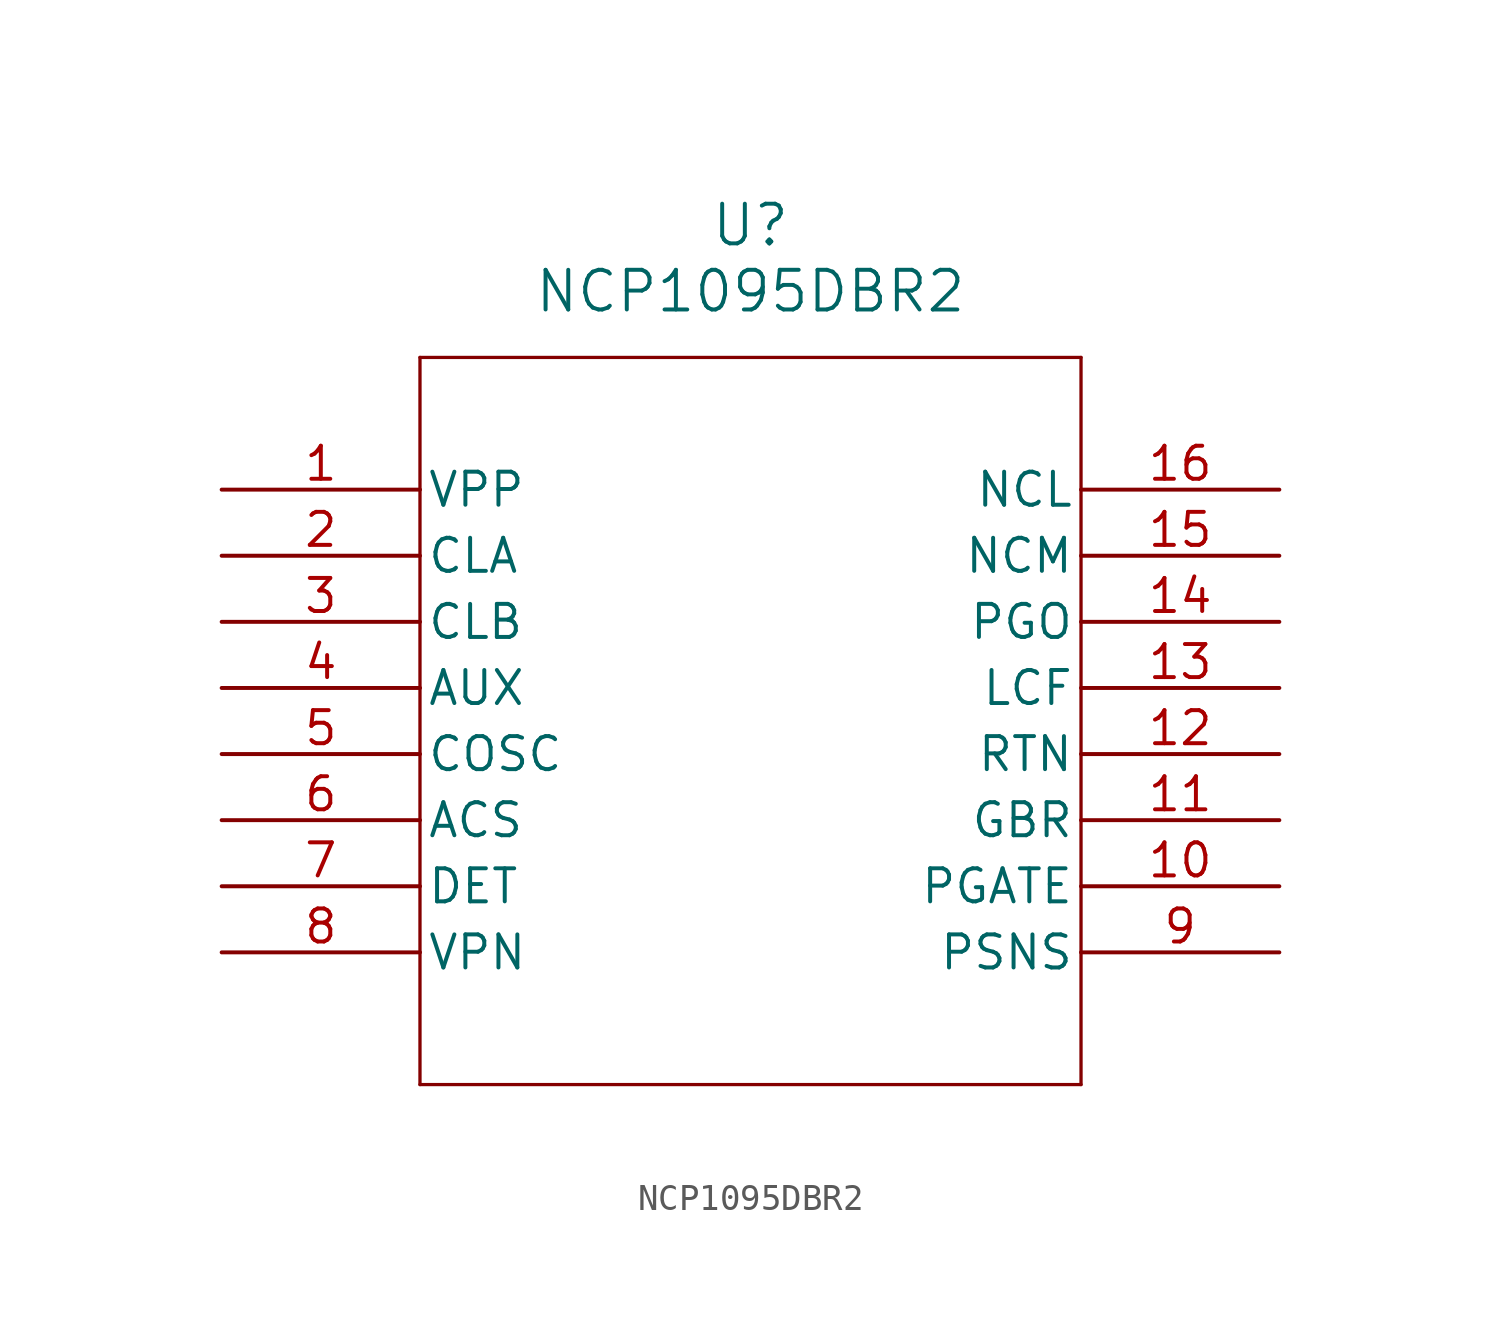
<source format=kicad_sym>
(kicad_symbol_lib
  (version 20211014)
  (generator kicad_symbol_editor)
  (symbol "NCP1095DBR2"
    (pin_names
      (offset 0.254))
    (property "Reference" "U"
      (at 20.32 10.16 0)
      (effects (font (size 1.524 1.524))))
    (property "Value" "NCP1095DBR2"
      (at 20.32 7.62 0)
      (effects (font (size 1.524 1.524))))
    (symbol "NCP1095DBR2_0_1"
      (polyline (pts (xy 7.62 5.08) (xy 7.62 -22.86)) (stroke (width 0.127) (type default) (color 0 0 0 0)) (fill (type none)))
      (polyline (pts (xy 7.62 -22.86) (xy 33.02 -22.86)) (stroke (width 0.127) (type default) (color 0 0 0 0)) (fill (type none)))
      (polyline (pts (xy 33.02 -22.86) (xy 33.02 5.08)) (stroke (width 0.127) (type default) (color 0 0 0 0)) (fill (type none)))
      (polyline (pts (xy 33.02 5.08) (xy 7.62 5.08)) (stroke (width 0.127) (type default) (color 0 0 0 0)) (fill (type none)))
      (pin power_in line (at 0 0 0) (length 7.62) (name "VPP" (effects (font (size 1.27 1.27)))) (number "1" (effects (font (size 1.27 1.27)))))
      (pin output line (at 0 -2.54 0) (length 7.62) (name "CLA" (effects (font (size 1.27 1.27)))) (number "2" (effects (font (size 1.27 1.27)))))
      (pin output line (at 0 -5.08 0) (length 7.62) (name "CLB" (effects (font (size 1.27 1.27)))) (number "3" (effects (font (size 1.27 1.27)))))
      (pin input line (at 0 -7.62 0) (length 7.62) (name "AUX" (effects (font (size 1.27 1.27)))) (number "4" (effects (font (size 1.27 1.27)))))
      (pin unspecified line (at 0 -10.16 0) (length 7.62) (name "COSC" (effects (font (size 1.27 1.27)))) (number "5" (effects (font (size 1.27 1.27)))))
      (pin input line (at 0 -12.7 0) (length 7.62) (name "ACS" (effects (font (size 1.27 1.27)))) (number "6" (effects (font (size 1.27 1.27)))))
      (pin output line (at 0 -15.24 0) (length 7.62) (name "DET" (effects (font (size 1.27 1.27)))) (number "7" (effects (font (size 1.27 1.27)))))
      (pin power_in line (at 0 -17.78 0) (length 7.62) (name "VPN" (effects (font (size 1.27 1.27)))) (number "8" (effects (font (size 1.27 1.27)))))
      (pin input line (at 40.64 -17.78 180) (length 7.62) (name "PSNS" (effects (font (size 1.27 1.27)))) (number "9" (effects (font (size 1.27 1.27)))))
      (pin output line (at 40.64 -15.24 180) (length 7.62) (name "PGATE" (effects (font (size 1.27 1.27)))) (number "10" (effects (font (size 1.27 1.27)))))
      (pin output line (at 40.64 -12.7 180) (length 7.62) (name "GBR" (effects (font (size 1.27 1.27)))) (number "11" (effects (font (size 1.27 1.27)))))
      (pin power_in line (at 40.64 -10.16 180) (length 7.62) (name "RTN" (effects (font (size 1.27 1.27)))) (number "12" (effects (font (size 1.27 1.27)))))
      (pin output line (at 40.64 -7.62 180) (length 7.62) (name "LCF" (effects (font (size 1.27 1.27)))) (number "13" (effects (font (size 1.27 1.27)))))
      (pin output line (at 40.64 -5.08 180) (length 7.62) (name "PGO" (effects (font (size 1.27 1.27)))) (number "14" (effects (font (size 1.27 1.27)))))
      (pin output line (at 40.64 -2.54 180) (length 7.62) (name "NCM" (effects (font (size 1.27 1.27)))) (number "15" (effects (font (size 1.27 1.27)))))
      (pin output line (at 40.64 0 180) (length 7.62) (name "NCL" (effects (font (size 1.27 1.27)))) (number "16" (effects (font (size 1.27 1.27))))))))
</source>
